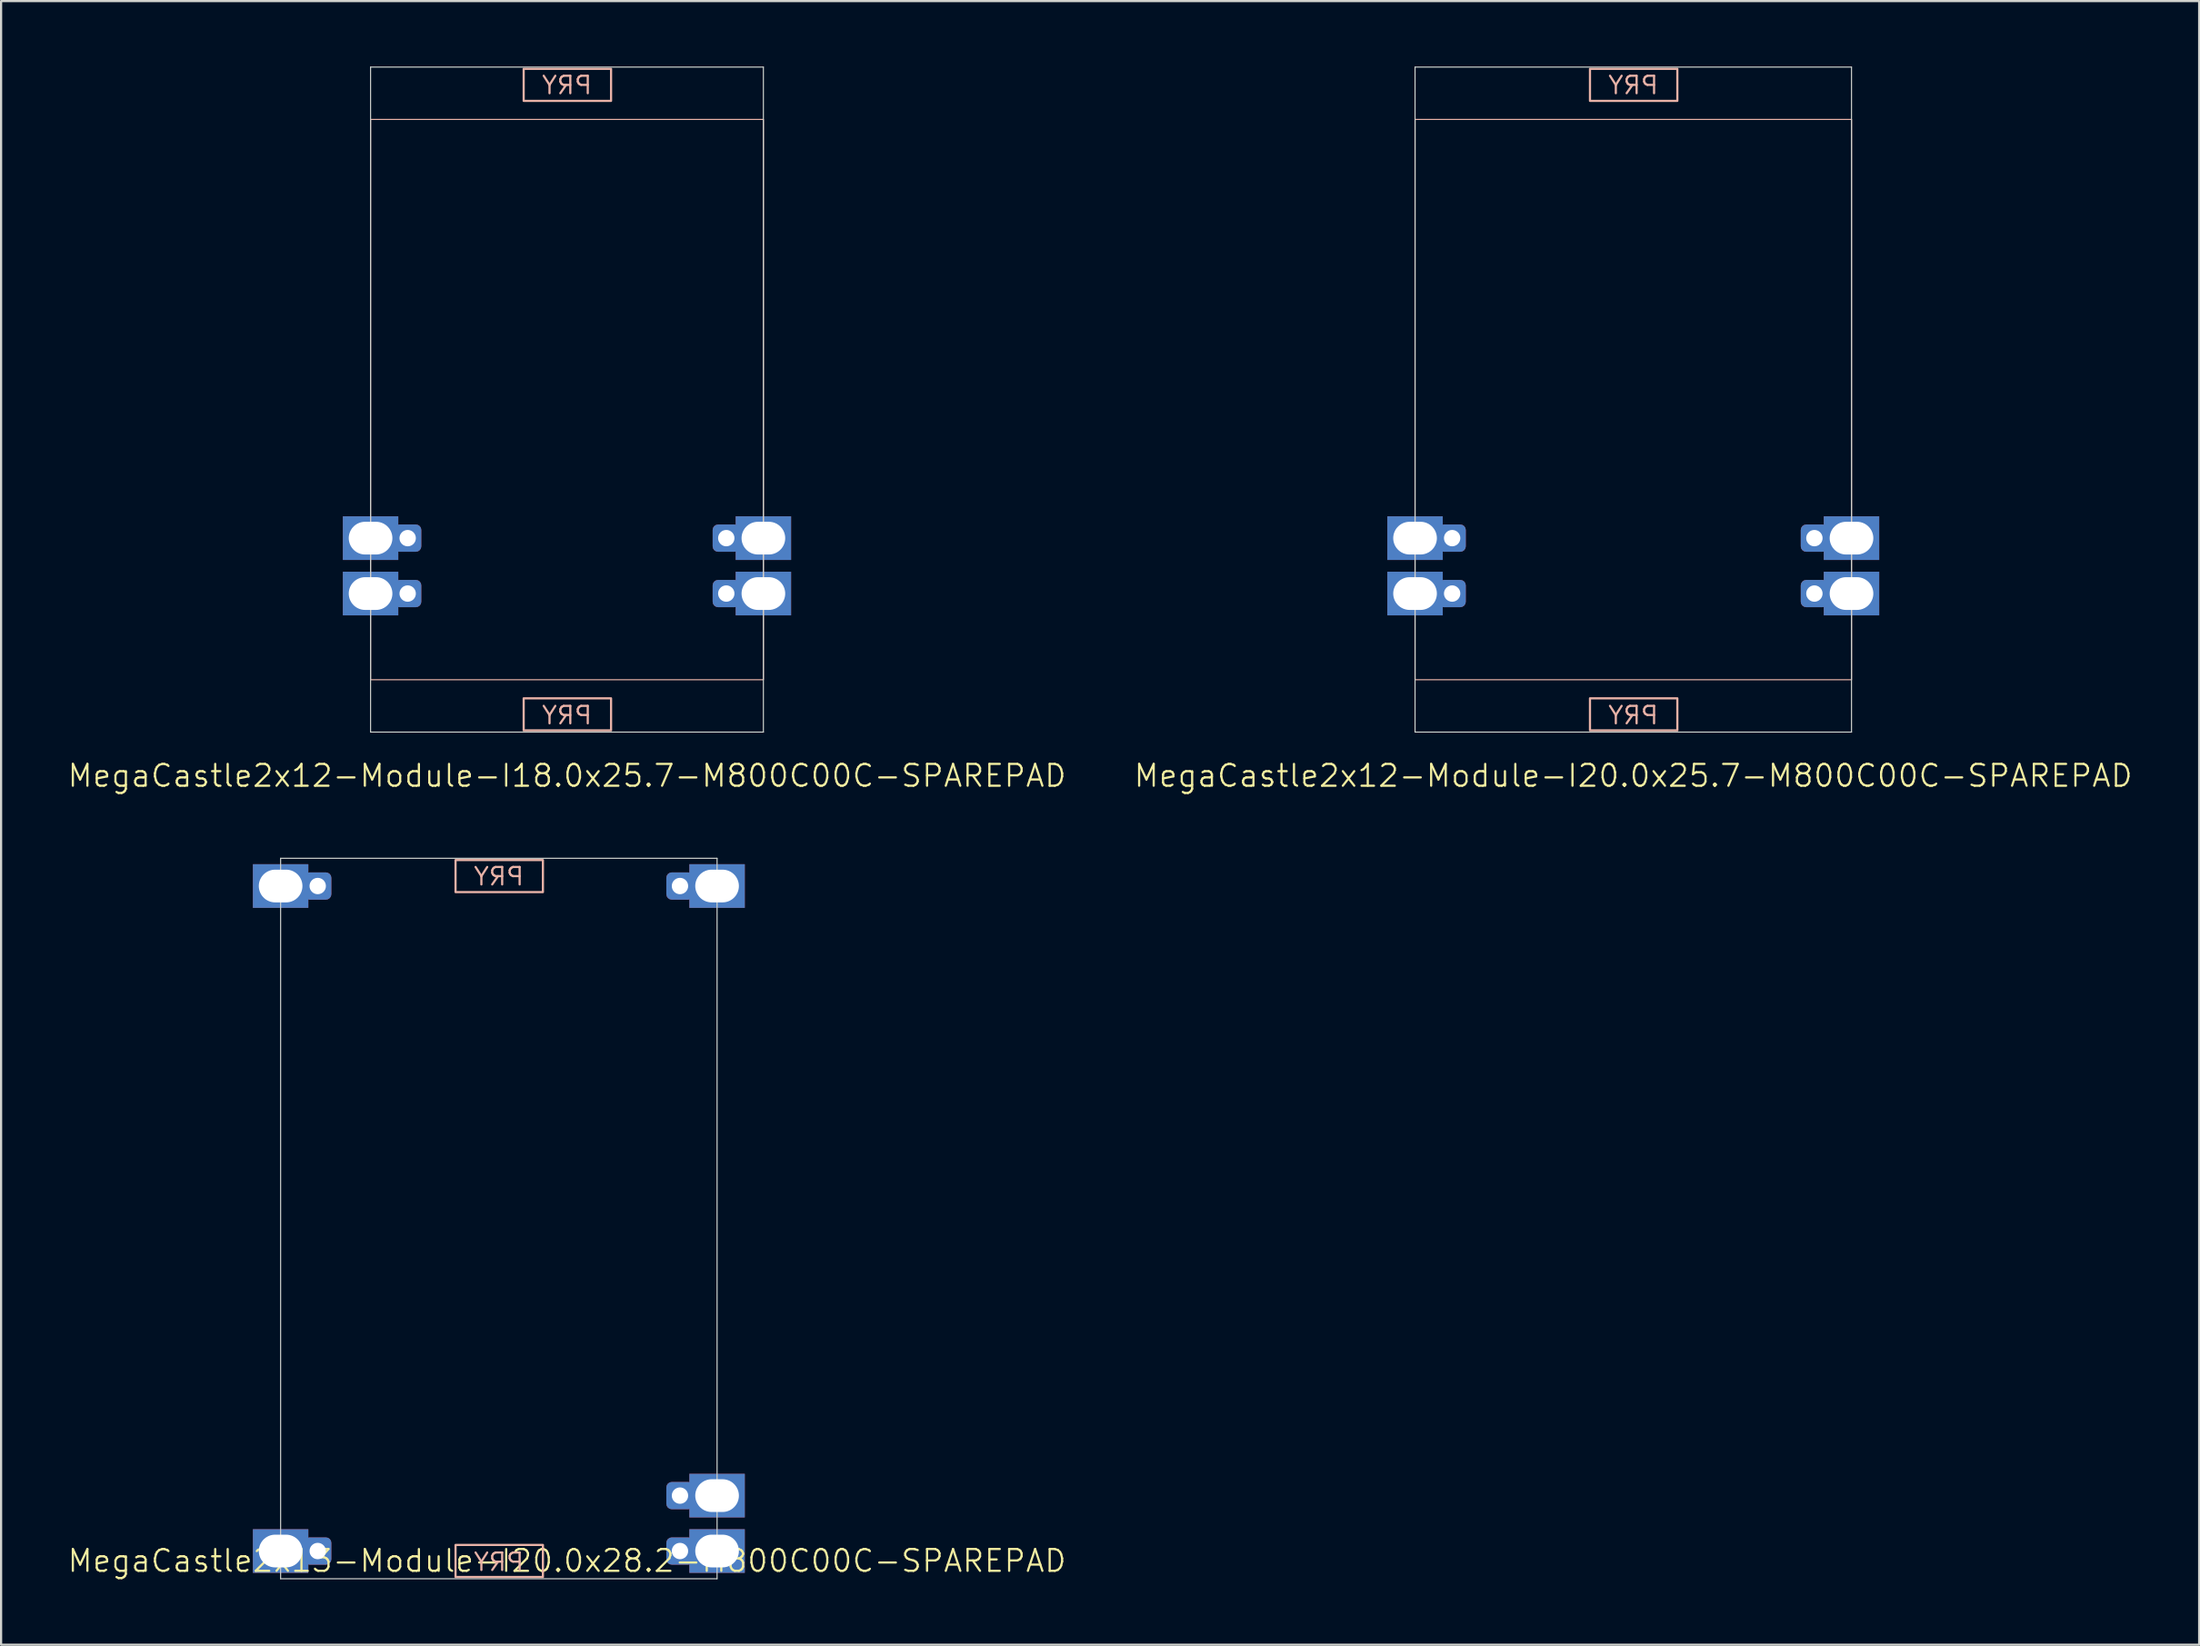
<source format=kicad_pcb>
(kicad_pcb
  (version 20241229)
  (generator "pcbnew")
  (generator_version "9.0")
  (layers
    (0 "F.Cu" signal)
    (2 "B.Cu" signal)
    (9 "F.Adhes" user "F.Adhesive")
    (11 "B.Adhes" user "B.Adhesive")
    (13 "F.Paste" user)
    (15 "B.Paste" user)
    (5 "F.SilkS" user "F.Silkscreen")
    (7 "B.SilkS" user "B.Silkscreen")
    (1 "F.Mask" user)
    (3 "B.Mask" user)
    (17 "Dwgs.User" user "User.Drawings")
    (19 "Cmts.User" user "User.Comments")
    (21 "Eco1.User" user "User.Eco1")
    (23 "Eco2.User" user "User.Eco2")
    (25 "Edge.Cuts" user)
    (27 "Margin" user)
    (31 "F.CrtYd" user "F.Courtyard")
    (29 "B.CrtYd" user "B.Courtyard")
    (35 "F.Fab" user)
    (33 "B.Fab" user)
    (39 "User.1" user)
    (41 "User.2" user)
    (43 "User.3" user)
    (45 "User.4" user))
  (footprint "MegaCastle2x12-Module-I18.0x25.7-M800C00C-SPAREPAD"
    (layer "F.Cu")
    (at 22.931 15.265)
    (property "Reference" "MegaCastle2x12-Module-I18.0x25.7-M800C00C-SPAREPAD" (at 0 17.24 0) (unlocked yes) (layer "F.SilkS") (effects (font (size 1 1) (thickness 0.1))))
    (attr smd)
    (fp_rect (start -9 12.84) (end 9 -12.84) (stroke (width 0.05) (type default)) (fill no) (layer "B.SilkS"))
    (fp_rect (start -1.984 -13.691) (end 2.02 -15.16) (stroke (width 0.1) (type default)) (fill no) (layer "B.SilkS"))
    (fp_rect (start -1.984 13.691) (end 2.02 15.16) (stroke (width 0.1) (type default)) (fill no) (layer "B.SilkS"))
    (fp_line (start -9 -15.24) (end -9 15.24) (stroke (width 0.05) (type default)) (layer "Edge.Cuts"))
    (fp_line (start -9 -15.24) (end 9 -15.24) (stroke (width 0.05) (type default)) (layer "Edge.Cuts"))
    (fp_line (start -9 15.24) (end 9 15.24) (stroke (width 0.05) (type default)) (layer "Edge.Cuts"))
    (fp_line (start 9 -15.24) (end 9 15.24) (stroke (width 0.05) (type default)) (layer "Edge.Cuts"))
    (fp_text user "PRY" (at 0 -13.94 0) (unlocked yes) (layer "B.SilkS") (effects (font (size 0.8 0.8) (thickness 0.1)) (justify bottom mirror)))
    (fp_text user "PRY" (at 0 14.94 0) (unlocked yes) (layer "B.SilkS") (effects (font (size 0.8 0.8) (thickness 0.1)) (justify bottom mirror)))
    (pad "9" thru_hole rect (at -9 6.35) (size 2.54 2) (drill oval 2 1.5) (property pad_prop_castellated) (layers "*.Cu" "*.Mask"))
    (pad "9" thru_hole roundrect (at -7.3 6.35 180) (size 1.25 1.25) (drill 0.75) (layers "*.Cu" "*.Mask") (roundrect_rratio 0.2))
    (pad "10" thru_hole rect (at -9 8.89) (size 2.54 2) (drill oval 2 1.5) (property pad_prop_castellated) (layers "*.Cu" "*.Mask"))
    (pad "10" thru_hole roundrect (at -7.3 8.89 180) (size 1.25 1.25) (drill 0.75) (layers "*.Cu" "*.Mask") (roundrect_rratio 0.2))
    (pad "21" thru_hole roundrect (at 7.3 6.35 180) (size 1.25 1.25) (drill 0.75) (layers "*.Cu" "*.Mask") (roundrect_rratio 0.2))
    (pad "21" thru_hole rect (at 9 6.35) (size 2.54 2) (drill oval 2 1.5) (property pad_prop_castellated) (layers "*.Cu" "*.Mask"))
    (pad "22" thru_hole roundrect (at 7.3 8.89 180) (size 1.25 1.25) (drill 0.75) (layers "*.Cu" "*.Mask") (roundrect_rratio 0.2))
    (pad "22" thru_hole rect (at 9 8.89) (size 2.54 2) (drill oval 2 1.5) (property pad_prop_castellated) (layers "*.Cu" "*.Mask"))
    (zone (net_name "") (layer "B.Cu") (hatch edge 0.5) (connect_pads) (min_thickness 0.25) (filled_areas_thickness no) (keepout (tracks allowed) (vias allowed) (pads allowed) (copperpour allowed) (footprints not_allowed)) (placement (enabled no)) (fill) (polygon (pts (xy 13.931 30.505) (xy 13.931 0.025))))
    (zone (net_name "") (layer "B.Cu") (hatch edge 0.5) (connect_pads) (min_thickness 0.25) (filled_areas_thickness no) (keepout (tracks allowed) (vias allowed) (pads allowed) (copperpour allowed) (footprints not_allowed)) (placement (enabled no)) (fill) (polygon (pts (xy 31.931 30.505) (xy 31.931 0.025))))
    (zone (net_name "") (layer "B.Cu") (hatch edge 0.5) (connect_pads) (min_thickness 0.25) (filled_areas_thickness no) (keepout (tracks allowed) (vias allowed) (pads allowed) (copperpour allowed) (footprints not_allowed)) (placement (enabled no)) (fill) (polygon (pts (xy 13.931 0.025) (xy 13.931 2.425) (xy 31.931 2.425) (xy 31.931 0.025))))
    (zone (net_name "") (layer "B.Cu") (hatch edge 0.5) (connect_pads) (min_thickness 0.25) (filled_areas_thickness no) (keepout (tracks allowed) (vias allowed) (pads allowed) (copperpour allowed) (footprints not_allowed)) (placement (enabled no)) (fill) (polygon (pts (xy 13.931 30.505) (xy 13.931 28.105) (xy 31.931 28.105) (xy 31.931 30.505))))
    (zone (net_name "") (layer "B.Cu") (name "Upper Pry Zone") (hatch edge 0.5) (connect_pads) (min_thickness 0.25) (filled_areas_thickness no) (keepout (tracks not_allowed) (vias not_allowed) (pads not_allowed) (copperpour allowed) (footprints not_allowed)) (placement (enabled no)) (fill) (polygon (pts (xy 20.947 1.574) (xy 20.947 0.105) (xy 24.95 0.105) (xy 24.95 1.574))))
    (zone (net_name "") (layer "B.Cu") (name "Upper Pry Zone") (hatch edge 0.5) (connect_pads) (min_thickness 0.25) (filled_areas_thickness no) (keepout (tracks not_allowed) (vias not_allowed) (pads not_allowed) (copperpour allowed) (footprints not_allowed)) (placement (enabled no)) (fill) (polygon (pts (xy 20.947 28.956) (xy 20.947 30.425) (xy 24.95 30.425) (xy 24.95 28.956)))))
  (footprint "MegaCastle2x13-Module-I20.0x28.2-M800C00C-SPAREPAD"
    (layer "F.Cu")
    (at 19.809 52.8)
    (property "Reference" "MegaCastle2x13-Module-I20.0x28.2-M800C00C-SPAREPAD" (at 3.122 15.69 0) (unlocked yes) (layer "F.SilkS") (effects (font (size 1 1) (thickness 0.1))))
    (attr smd)
    (fp_rect (start -1.984 -14.961) (end 2.02 -16.43) (stroke (width 0.1) (type default)) (fill no) (layer "B.SilkS"))
    (fp_rect (start -1.984 14.961) (end 2.02 16.43) (stroke (width 0.1) (type default)) (fill no) (layer "B.SilkS"))
    (fp_line (start -10 -16.51) (end -10 16.51) (stroke (width 0.05) (type default)) (layer "Edge.Cuts"))
    (fp_line (start -10 -16.51) (end 10 -16.51) (stroke (width 0.05) (type default)) (layer "Edge.Cuts"))
    (fp_line (start -10 16.51) (end 10 16.51) (stroke (width 0.05) (type default)) (layer "Edge.Cuts"))
    (fp_line (start 10 -16.51) (end 10 16.51) (stroke (width 0.05) (type default)) (layer "Edge.Cuts"))
    (fp_text user "PRY" (at 0 16.21 0) (unlocked yes) (layer "B.SilkS") (effects (font (size 0.8 0.8) (thickness 0.1)) (justify bottom mirror)))
    (fp_text user "PRY" (at 0 -15.21 0) (unlocked yes) (layer "B.SilkS") (effects (font (size 0.8 0.8) (thickness 0.1)) (justify bottom mirror)))
    (pad "1" thru_hole rect (at -10 -15.24) (size 2.54 2) (drill oval 2 1.5) (property pad_prop_castellated) (layers "*.Cu" "*.Mask"))
    (pad "1" thru_hole roundrect (at -8.3 -15.24 180) (size 1.25 1.25) (drill 0.75) (layers "*.Cu" "*.Mask") (roundrect_rratio 0.2))
    (pad "13" thru_hole rect (at -10 15.24) (size 2.54 2) (drill oval 2 1.5) (property pad_prop_castellated) (layers "*.Cu" "*.Mask"))
    (pad "13" thru_hole roundrect (at -8.3 15.24 180) (size 1.25 1.25) (drill 0.75) (layers "*.Cu" "*.Mask") (roundrect_rratio 0.2))
    (pad "14" thru_hole roundrect (at 8.3 -15.24 180) (size 1.25 1.25) (drill 0.75) (layers "*.Cu" "*.Mask") (roundrect_rratio 0.2))
    (pad "14" thru_hole rect (at 10 -15.24) (size 2.54 2) (drill oval 2 1.5) (property pad_prop_castellated) (layers "*.Cu" "*.Mask"))
    (pad "25" thru_hole roundrect (at 8.3 12.7 180) (size 1.25 1.25) (drill 0.75) (layers "*.Cu" "*.Mask") (roundrect_rratio 0.2))
    (pad "25" thru_hole rect (at 10 12.7) (size 2.54 2) (drill oval 2 1.5) (property pad_prop_castellated) (layers "*.Cu" "*.Mask"))
    (pad "26" thru_hole roundrect (at 8.3 15.24 180) (size 1.25 1.25) (drill 0.75) (layers "*.Cu" "*.Mask") (roundrect_rratio 0.2))
    (pad "26" thru_hole rect (at 10 15.24) (size 2.54 2) (drill oval 2 1.5) (property pad_prop_castellated) (layers "*.Cu" "*.Mask"))
    (zone (net_name "") (layer "B.Cu") (hatch edge 0.5) (connect_pads) (min_thickness 0.25) (filled_areas_thickness no) (keepout (tracks allowed) (vias allowed) (pads allowed) (copperpour allowed) (footprints not_allowed)) (placement (enabled no)) (fill) (polygon (pts (xy 9.809 36.291) (xy 9.809 38.691) (xy 29.809 38.691) (xy 29.809 36.291))))
    (zone (net_name "") (layer "B.Cu") (hatch edge 0.5) (connect_pads) (min_thickness 0.25) (filled_areas_thickness no) (keepout (tracks allowed) (vias allowed) (pads allowed) (copperpour allowed) (footprints not_allowed)) (placement (enabled no)) (fill) (polygon (pts (xy 9.809 69.311) (xy 9.809 66.91) (xy 29.809 66.91) (xy 29.809 69.311))))
    (zone (net_name "") (layer "B.Cu") (name "Upper Pry Zone") (hatch edge 0.5) (connect_pads) (min_thickness 0.25) (filled_areas_thickness no) (keepout (tracks not_allowed) (vias not_allowed) (pads not_allowed) (copperpour allowed) (footprints not_allowed)) (placement (enabled no)) (fill) (polygon (pts (xy 17.825 37.839) (xy 17.825 36.37) (xy 21.828 36.37) (xy 21.828 37.839))))
    (zone (net_name "") (layer "B.Cu") (name "Upper Pry Zone") (hatch edge 0.5) (connect_pads) (min_thickness 0.25) (filled_areas_thickness no) (keepout (tracks not_allowed) (vias not_allowed) (pads not_allowed) (copperpour allowed) (footprints not_allowed)) (placement (enabled no)) (fill) (polygon (pts (xy 17.825 67.762) (xy 17.825 69.231) (xy 21.828 69.231) (xy 21.828 67.762)))))
  (footprint "MegaCastle2x12-Module-I20.0x25.7-M800C00C-SPAREPAD"
    (layer "F.Cu")
    (at 71.793 15.265)
    (property "Reference" "MegaCastle2x12-Module-I20.0x25.7-M800C00C-SPAREPAD" (at 0 17.24 0) (unlocked yes) (layer "F.SilkS") (effects (font (size 1 1) (thickness 0.1))))
    (attr smd)
    (fp_rect (start -10 12.84) (end 10 -12.84) (stroke (width 0.05) (type default)) (fill no) (layer "B.SilkS"))
    (fp_rect (start -1.984 -13.691) (end 2.02 -15.16) (stroke (width 0.1) (type default)) (fill no) (layer "B.SilkS"))
    (fp_rect (start -1.984 13.691) (end 2.02 15.16) (stroke (width 0.1) (type default)) (fill no) (layer "B.SilkS"))
    (fp_line (start -10 -15.24) (end -10 15.24) (stroke (width 0.05) (type default)) (layer "Edge.Cuts"))
    (fp_line (start -10 -15.24) (end 10 -15.24) (stroke (width 0.05) (type default)) (layer "Edge.Cuts"))
    (fp_line (start -10 15.24) (end 10 15.24) (stroke (width 0.05) (type default)) (layer "Edge.Cuts"))
    (fp_line (start 10 -15.24) (end 10 15.24) (stroke (width 0.05) (type default)) (layer "Edge.Cuts"))
    (fp_text user "PRY" (at 0 14.94 0) (unlocked yes) (layer "B.SilkS") (effects (font (size 0.8 0.8) (thickness 0.1)) (justify bottom mirror)))
    (fp_text user "PRY" (at 0 -13.94 0) (unlocked yes) (layer "B.SilkS") (effects (font (size 0.8 0.8) (thickness 0.1)) (justify bottom mirror)))
    (pad "9" thru_hole rect (at -10 6.35) (size 2.54 2) (drill oval 2 1.5) (property pad_prop_castellated) (layers "*.Cu" "*.Mask"))
    (pad "9" thru_hole roundrect (at -8.3 6.35 180) (size 1.25 1.25) (drill 0.75) (layers "*.Cu" "*.Mask") (roundrect_rratio 0.2))
    (pad "10" thru_hole rect (at -10 8.89) (size 2.54 2) (drill oval 2 1.5) (property pad_prop_castellated) (layers "*.Cu" "*.Mask"))
    (pad "10" thru_hole roundrect (at -8.3 8.89 180) (size 1.25 1.25) (drill 0.75) (layers "*.Cu" "*.Mask") (roundrect_rratio 0.2))
    (pad "21" thru_hole roundrect (at 8.3 6.35 180) (size 1.25 1.25) (drill 0.75) (layers "*.Cu" "*.Mask") (roundrect_rratio 0.2))
    (pad "21" thru_hole rect (at 10 6.35) (size 2.54 2) (drill oval 2 1.5) (property pad_prop_castellated) (layers "*.Cu" "*.Mask"))
    (pad "22" thru_hole roundrect (at 8.3 8.89 180) (size 1.25 1.25) (drill 0.75) (layers "*.Cu" "*.Mask") (roundrect_rratio 0.2))
    (pad "22" thru_hole rect (at 10 8.89) (size 2.54 2) (drill oval 2 1.5) (property pad_prop_castellated) (layers "*.Cu" "*.Mask"))
    (zone (net_name "") (layer "B.Cu") (hatch edge 0.5) (connect_pads) (min_thickness 0.25) (filled_areas_thickness no) (keepout (tracks allowed) (vias allowed) (pads allowed) (copperpour allowed) (footprints not_allowed)) (placement (enabled no)) (fill) (polygon (pts (xy 61.793 30.505) (xy 61.793 0.025))))
    (zone (net_name "") (layer "B.Cu") (hatch edge 0.5) (connect_pads) (min_thickness 0.25) (filled_areas_thickness no) (keepout (tracks allowed) (vias allowed) (pads allowed) (copperpour allowed) (footprints not_allowed)) (placement (enabled no)) (fill) (polygon (pts (xy 81.793 30.505) (xy 81.793 0.025))))
    (zone (net_name "") (layer "B.Cu") (hatch edge 0.5) (connect_pads) (min_thickness 0.25) (filled_areas_thickness no) (keepout (tracks allowed) (vias allowed) (pads allowed) (copperpour allowed) (footprints not_allowed)) (placement (enabled no)) (fill) (polygon (pts (xy 61.793 0.025) (xy 61.793 2.425) (xy 81.793 2.425) (xy 81.793 0.025))))
    (zone (net_name "") (layer "B.Cu") (hatch edge 0.5) (connect_pads) (min_thickness 0.25) (filled_areas_thickness no) (keepout (tracks allowed) (vias allowed) (pads allowed) (copperpour allowed) (footprints not_allowed)) (placement (enabled no)) (fill) (polygon (pts (xy 61.793 30.505) (xy 61.793 28.105) (xy 81.793 28.105) (xy 81.793 30.505))))
    (zone (net_name "") (layer "B.Cu") (name "Upper Pry Zone") (hatch edge 0.5) (connect_pads) (min_thickness 0.25) (filled_areas_thickness no) (keepout (tracks not_allowed) (vias not_allowed) (pads not_allowed) (copperpour allowed) (footprints not_allowed)) (placement (enabled no)) (fill) (polygon (pts (xy 69.809 1.574) (xy 69.809 0.105) (xy 73.812 0.105) (xy 73.812 1.574))))
    (zone (net_name "") (layer "B.Cu") (name "Upper Pry Zone") (hatch edge 0.5) (connect_pads) (min_thickness 0.25) (filled_areas_thickness no) (keepout (tracks not_allowed) (vias not_allowed) (pads not_allowed) (copperpour allowed) (footprints not_allowed)) (placement (enabled no)) (fill) (polygon (pts (xy 69.809 28.956) (xy 69.809 30.425) (xy 73.812 30.425) (xy 73.812 28.956)))))
  (gr_rect
    (start -3 -3)
    (end 97.724 72.335)
    (stroke (width 0.1) (type default))
    (fill no)
    (layer "Edge.Cuts")))
</source>
